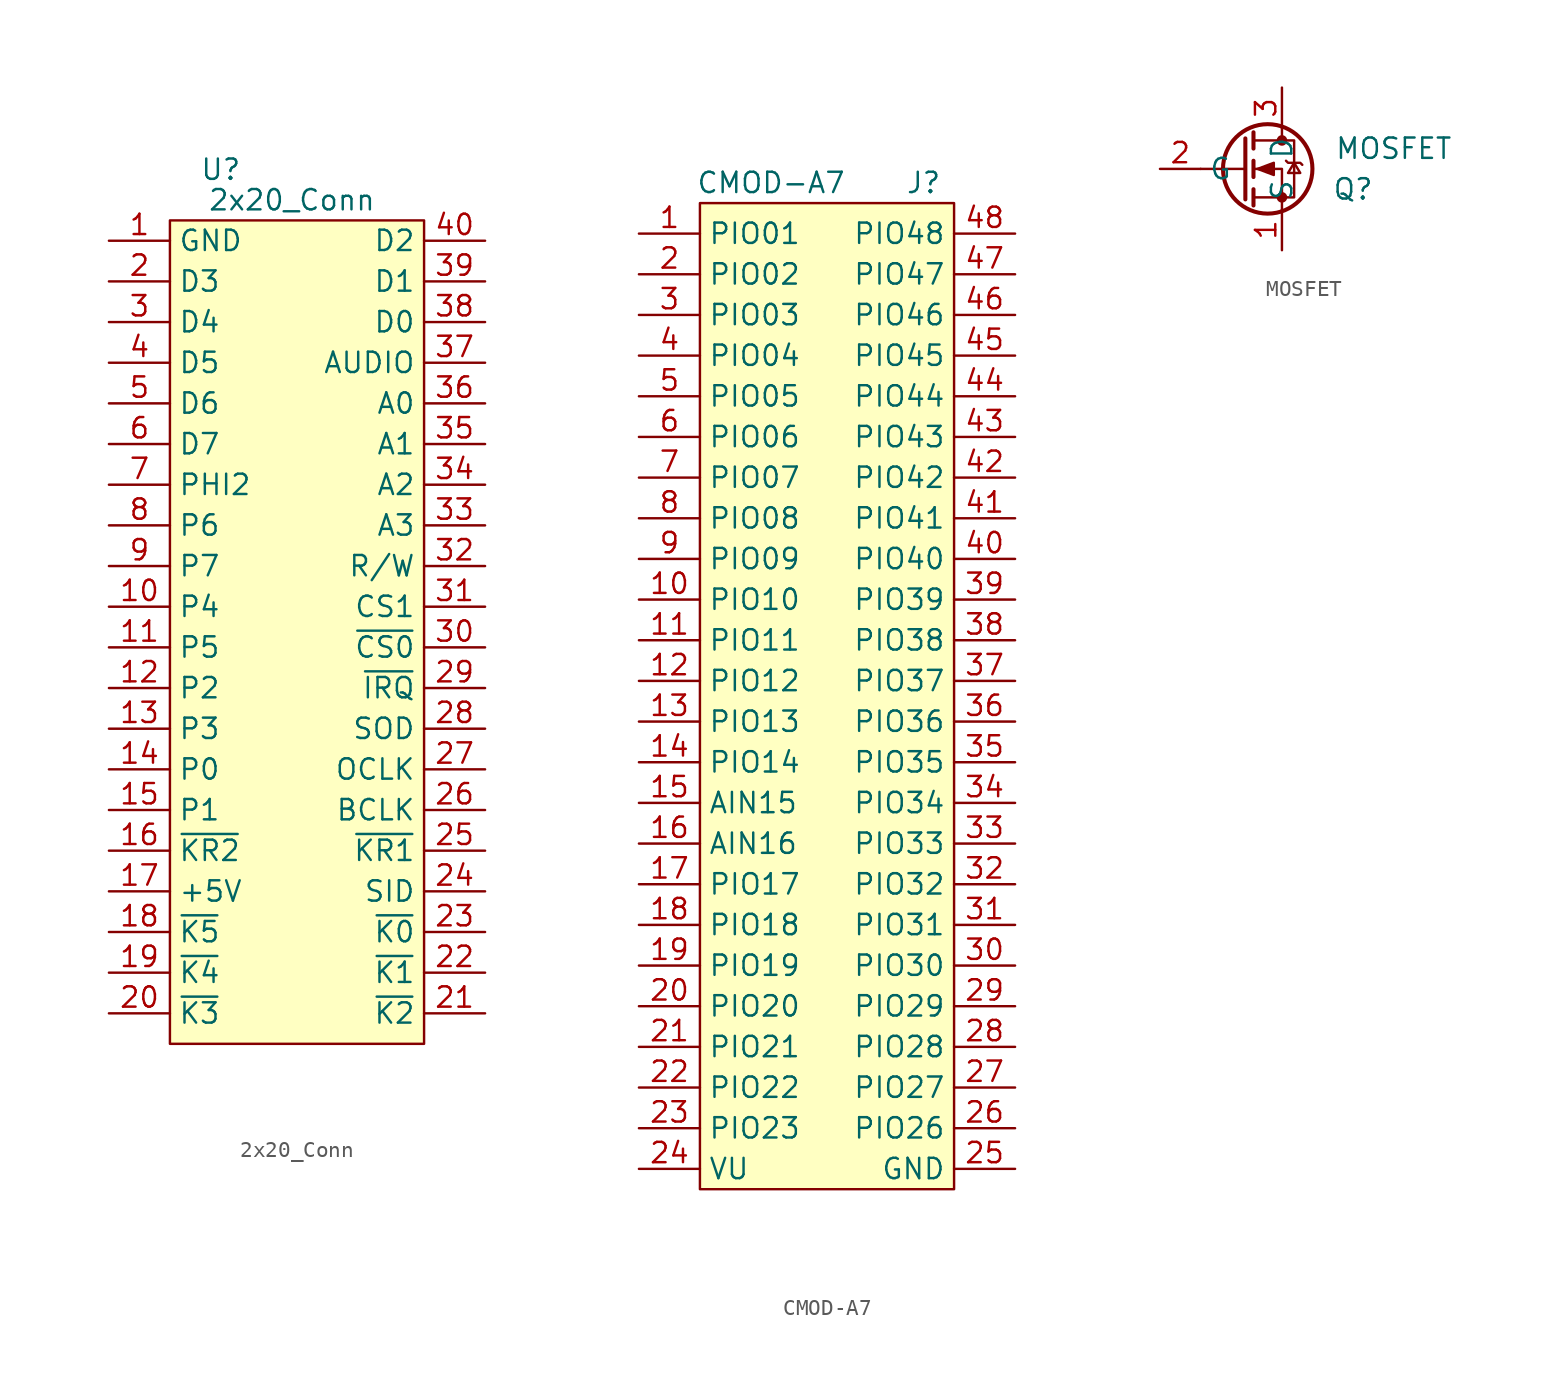
<source format=kicad_sym>
(kicad_symbol_lib
  (version 20211014)
  (generator kicad_symbol_editor)
  (symbol "2x20_Conn"
    (property "Reference" "U"
      (at -5.08 28.575 0)
      (effects (font (size 1.27 1.27))))
    (property "Value" "2x20_Conn"
      (at -0.635 26.67 0)
      (effects (font (size 1.27 1.27))))
    (symbol "2x20_Conn_0_1"
      (rectangle (start -8.255 25.4) (end 7.62 -26.035) (stroke (width 0.152) (type default) (color 0 0 0 0)) (fill (type background))))
    (symbol "2x20_Conn_1_1"
      (pin passive line (at -12.065 24.13 0) (length 3.81) (name "GND" (effects (font (size 1.27 1.27)))) (number "1" (effects (font (size 1.27 1.27)))))
      (pin passive line (at -12.065 1.27 0) (length 3.81) (name "P4" (effects (font (size 1.27 1.27)))) (number "10" (effects (font (size 1.27 1.27)))))
      (pin passive line (at -12.065 -1.27 0) (length 3.81) (name "P5" (effects (font (size 1.27 1.27)))) (number "11" (effects (font (size 1.27 1.27)))))
      (pin passive line (at -12.065 -3.81 0) (length 3.81) (name "P2" (effects (font (size 1.27 1.27)))) (number "12" (effects (font (size 1.27 1.27)))))
      (pin passive line (at -12.065 -6.35 0) (length 3.81) (name "P3" (effects (font (size 1.27 1.27)))) (number "13" (effects (font (size 1.27 1.27)))))
      (pin passive line (at -12.065 -8.89 0) (length 3.81) (name "P0" (effects (font (size 1.27 1.27)))) (number "14" (effects (font (size 1.27 1.27)))))
      (pin passive line (at -12.065 -11.43 0) (length 3.81) (name "P1" (effects (font (size 1.27 1.27)))) (number "15" (effects (font (size 1.27 1.27)))))
      (pin passive line (at -12.065 -13.97 0) (length 3.81) (name "~{KR2}" (effects (font (size 1.27 1.27)))) (number "16" (effects (font (size 1.27 1.27)))))
      (pin passive line (at -12.065 -16.51 0) (length 3.81) (name "+5V" (effects (font (size 1.27 1.27)))) (number "17" (effects (font (size 1.27 1.27)))))
      (pin passive line (at -12.065 -19.05 0) (length 3.81) (name "~{K5}" (effects (font (size 1.27 1.27)))) (number "18" (effects (font (size 1.27 1.27)))))
      (pin passive line (at -12.065 -21.59 0) (length 3.81) (name "~{K4}" (effects (font (size 1.27 1.27)))) (number "19" (effects (font (size 1.27 1.27)))))
      (pin passive line (at -12.065 21.59 0) (length 3.81) (name "D3" (effects (font (size 1.27 1.27)))) (number "2" (effects (font (size 1.27 1.27)))))
      (pin passive line (at -12.065 -24.13 0) (length 3.81) (name "~{K3}" (effects (font (size 1.27 1.27)))) (number "20" (effects (font (size 1.27 1.27)))))
      (pin passive line (at 11.43 -24.13 180) (length 3.81) (name "~{K2}" (effects (font (size 1.27 1.27)))) (number "21" (effects (font (size 1.27 1.27)))))
      (pin passive line (at 11.43 -21.59 180) (length 3.81) (name "~{K1}" (effects (font (size 1.27 1.27)))) (number "22" (effects (font (size 1.27 1.27)))))
      (pin passive line (at 11.43 -19.05 180) (length 3.81) (name "~{K0}" (effects (font (size 1.27 1.27)))) (number "23" (effects (font (size 1.27 1.27)))))
      (pin passive line (at 11.43 -16.51 180) (length 3.81) (name "SID" (effects (font (size 1.27 1.27)))) (number "24" (effects (font (size 1.27 1.27)))))
      (pin passive line (at 11.43 -13.97 180) (length 3.81) (name "~{KR1}" (effects (font (size 1.27 1.27)))) (number "25" (effects (font (size 1.27 1.27)))))
      (pin passive line (at 11.43 -11.43 180) (length 3.81) (name "BCLK" (effects (font (size 1.27 1.27)))) (number "26" (effects (font (size 1.27 1.27)))))
      (pin passive line (at 11.43 -8.89 180) (length 3.81) (name "OCLK" (effects (font (size 1.27 1.27)))) (number "27" (effects (font (size 1.27 1.27)))))
      (pin passive line (at 11.43 -6.35 180) (length 3.81) (name "SOD" (effects (font (size 1.27 1.27)))) (number "28" (effects (font (size 1.27 1.27)))))
      (pin passive line (at 11.43 -3.81 180) (length 3.81) (name "~{IRQ}" (effects (font (size 1.27 1.27)))) (number "29" (effects (font (size 1.27 1.27)))))
      (pin passive line (at -12.065 19.05 0) (length 3.81) (name "D4" (effects (font (size 1.27 1.27)))) (number "3" (effects (font (size 1.27 1.27)))))
      (pin passive line (at 11.43 -1.27 180) (length 3.81) (name "~{CS0}" (effects (font (size 1.27 1.27)))) (number "30" (effects (font (size 1.27 1.27)))))
      (pin passive line (at 11.43 1.27 180) (length 3.81) (name "CS1" (effects (font (size 1.27 1.27)))) (number "31" (effects (font (size 1.27 1.27)))))
      (pin passive line (at 11.43 3.81 180) (length 3.81) (name "R/W" (effects (font (size 1.27 1.27)))) (number "32" (effects (font (size 1.27 1.27)))))
      (pin passive line (at 11.43 6.35 180) (length 3.81) (name "A3" (effects (font (size 1.27 1.27)))) (number "33" (effects (font (size 1.27 1.27)))))
      (pin passive line (at 11.43 8.89 180) (length 3.81) (name "A2" (effects (font (size 1.27 1.27)))) (number "34" (effects (font (size 1.27 1.27)))))
      (pin passive line (at 11.43 11.43 180) (length 3.81) (name "A1" (effects (font (size 1.27 1.27)))) (number "35" (effects (font (size 1.27 1.27)))))
      (pin passive line (at 11.43 13.97 180) (length 3.81) (name "A0" (effects (font (size 1.27 1.27)))) (number "36" (effects (font (size 1.27 1.27)))))
      (pin passive line (at 11.43 16.51 180) (length 3.81) (name "AUDIO" (effects (font (size 1.27 1.27)))) (number "37" (effects (font (size 1.27 1.27)))))
      (pin passive line (at 11.43 19.05 180) (length 3.81) (name "D0" (effects (font (size 1.27 1.27)))) (number "38" (effects (font (size 1.27 1.27)))))
      (pin passive line (at 11.43 21.59 180) (length 3.81) (name "D1" (effects (font (size 1.27 1.27)))) (number "39" (effects (font (size 1.27 1.27)))))
      (pin passive line (at -12.065 16.51 0) (length 3.81) (name "D5" (effects (font (size 1.27 1.27)))) (number "4" (effects (font (size 1.27 1.27)))))
      (pin passive line (at 11.43 24.13 180) (length 3.81) (name "D2" (effects (font (size 1.27 1.27)))) (number "40" (effects (font (size 1.27 1.27)))))
      (pin passive line (at -12.065 13.97 0) (length 3.81) (name "D6" (effects (font (size 1.27 1.27)))) (number "5" (effects (font (size 1.27 1.27)))))
      (pin passive line (at -12.065 11.43 0) (length 3.81) (name "D7" (effects (font (size 1.27 1.27)))) (number "6" (effects (font (size 1.27 1.27)))))
      (pin passive line (at -12.065 8.89 0) (length 3.81) (name "PHI2" (effects (font (size 1.27 1.27)))) (number "7" (effects (font (size 1.27 1.27)))))
      (pin passive line (at -12.065 6.35 0) (length 3.81) (name "P6" (effects (font (size 1.27 1.27)))) (number "8" (effects (font (size 1.27 1.27)))))
      (pin passive line (at -12.065 3.81 0) (length 3.81) (name "P7" (effects (font (size 1.27 1.27)))) (number "9" (effects (font (size 1.27 1.27)))))))
  (symbol "CMOD-A7"
    (property "Reference" "J"
      (at 6.985 32.385 0)
      (effects (font (size 1.27 1.27))))
    (property "Value" "CMOD-A7"
      (at -2.54 32.385 0)
      (effects (font (size 1.27 1.27))))
    (symbol "CMOD-A7_0_1"
      (rectangle (start -6.985 31.115) (end 8.89 -30.48) (stroke (width 0.152) (type default) (color 0 0 0 0)) (fill (type background))))
    (symbol "CMOD-A7_1_1"
      (pin passive line (at -10.795 29.21 0) (length 3.81) (name "PIO01" (effects (font (size 1.27 1.27)))) (number "1" (effects (font (size 1.27 1.27)))))
      (pin passive line (at -10.795 6.35 0) (length 3.81) (name "PIO10" (effects (font (size 1.27 1.27)))) (number "10" (effects (font (size 1.27 1.27)))))
      (pin passive line (at -10.795 3.81 0) (length 3.81) (name "PIO11" (effects (font (size 1.27 1.27)))) (number "11" (effects (font (size 1.27 1.27)))))
      (pin passive line (at -10.795 1.27 0) (length 3.81) (name "PIO12" (effects (font (size 1.27 1.27)))) (number "12" (effects (font (size 1.27 1.27)))))
      (pin passive line (at -10.795 -1.27 0) (length 3.81) (name "PIO13" (effects (font (size 1.27 1.27)))) (number "13" (effects (font (size 1.27 1.27)))))
      (pin passive line (at -10.795 -3.81 0) (length 3.81) (name "PIO14" (effects (font (size 1.27 1.27)))) (number "14" (effects (font (size 1.27 1.27)))))
      (pin passive line (at -10.795 -6.35 0) (length 3.81) (name "AIN15" (effects (font (size 1.27 1.27)))) (number "15" (effects (font (size 1.27 1.27)))))
      (pin passive line (at -10.795 -8.89 0) (length 3.81) (name "AIN16" (effects (font (size 1.27 1.27)))) (number "16" (effects (font (size 1.27 1.27)))))
      (pin passive line (at -10.795 -11.43 0) (length 3.81) (name "PIO17" (effects (font (size 1.27 1.27)))) (number "17" (effects (font (size 1.27 1.27)))))
      (pin passive line (at -10.795 -13.97 0) (length 3.81) (name "PIO18" (effects (font (size 1.27 1.27)))) (number "18" (effects (font (size 1.27 1.27)))))
      (pin passive line (at -10.795 -16.51 0) (length 3.81) (name "PIO19" (effects (font (size 1.27 1.27)))) (number "19" (effects (font (size 1.27 1.27)))))
      (pin passive line (at -10.795 26.67 0) (length 3.81) (name "PIO02" (effects (font (size 1.27 1.27)))) (number "2" (effects (font (size 1.27 1.27)))))
      (pin passive line (at -10.795 -19.05 0) (length 3.81) (name "PIO20" (effects (font (size 1.27 1.27)))) (number "20" (effects (font (size 1.27 1.27)))))
      (pin passive line (at -10.795 -21.59 0) (length 3.81) (name "PIO21" (effects (font (size 1.27 1.27)))) (number "21" (effects (font (size 1.27 1.27)))))
      (pin passive line (at -10.795 -24.13 0) (length 3.81) (name "PIO22" (effects (font (size 1.27 1.27)))) (number "22" (effects (font (size 1.27 1.27)))))
      (pin passive line (at -10.795 -26.67 0) (length 3.81) (name "PIO23" (effects (font (size 1.27 1.27)))) (number "23" (effects (font (size 1.27 1.27)))))
      (pin passive line (at -10.795 -29.21 0) (length 3.81) (name "VU" (effects (font (size 1.27 1.27)))) (number "24" (effects (font (size 1.27 1.27)))))
      (pin passive line (at 12.7 -29.21 180) (length 3.81) (name "GND" (effects (font (size 1.27 1.27)))) (number "25" (effects (font (size 1.27 1.27)))))
      (pin passive line (at 12.7 -26.67 180) (length 3.81) (name "PIO26" (effects (font (size 1.27 1.27)))) (number "26" (effects (font (size 1.27 1.27)))))
      (pin passive line (at 12.7 -24.13 180) (length 3.81) (name "PIO27" (effects (font (size 1.27 1.27)))) (number "27" (effects (font (size 1.27 1.27)))))
      (pin passive line (at 12.7 -21.59 180) (length 3.81) (name "PIO28" (effects (font (size 1.27 1.27)))) (number "28" (effects (font (size 1.27 1.27)))))
      (pin passive line (at 12.7 -19.05 180) (length 3.81) (name "PIO29" (effects (font (size 1.27 1.27)))) (number "29" (effects (font (size 1.27 1.27)))))
      (pin passive line (at -10.795 24.13 0) (length 3.81) (name "PIO03" (effects (font (size 1.27 1.27)))) (number "3" (effects (font (size 1.27 1.27)))))
      (pin passive line (at 12.7 -16.51 180) (length 3.81) (name "PIO30" (effects (font (size 1.27 1.27)))) (number "30" (effects (font (size 1.27 1.27)))))
      (pin passive line (at 12.7 -13.97 180) (length 3.81) (name "PIO31" (effects (font (size 1.27 1.27)))) (number "31" (effects (font (size 1.27 1.27)))))
      (pin passive line (at 12.7 -11.43 180) (length 3.81) (name "PIO32" (effects (font (size 1.27 1.27)))) (number "32" (effects (font (size 1.27 1.27)))))
      (pin passive line (at 12.7 -8.89 180) (length 3.81) (name "PIO33" (effects (font (size 1.27 1.27)))) (number "33" (effects (font (size 1.27 1.27)))))
      (pin passive line (at 12.7 -6.35 180) (length 3.81) (name "PIO34" (effects (font (size 1.27 1.27)))) (number "34" (effects (font (size 1.27 1.27)))))
      (pin passive line (at 12.7 -3.81 180) (length 3.81) (name "PIO35" (effects (font (size 1.27 1.27)))) (number "35" (effects (font (size 1.27 1.27)))))
      (pin passive line (at 12.7 -1.27 180) (length 3.81) (name "PIO36" (effects (font (size 1.27 1.27)))) (number "36" (effects (font (size 1.27 1.27)))))
      (pin passive line (at 12.7 1.27 180) (length 3.81) (name "PIO37" (effects (font (size 1.27 1.27)))) (number "37" (effects (font (size 1.27 1.27)))))
      (pin passive line (at 12.7 3.81 180) (length 3.81) (name "PIO38" (effects (font (size 1.27 1.27)))) (number "38" (effects (font (size 1.27 1.27)))))
      (pin passive line (at 12.7 6.35 180) (length 3.81) (name "PIO39" (effects (font (size 1.27 1.27)))) (number "39" (effects (font (size 1.27 1.27)))))
      (pin passive line (at -10.795 21.59 0) (length 3.81) (name "PIO04" (effects (font (size 1.27 1.27)))) (number "4" (effects (font (size 1.27 1.27)))))
      (pin passive line (at 12.7 8.89 180) (length 3.81) (name "PIO40" (effects (font (size 1.27 1.27)))) (number "40" (effects (font (size 1.27 1.27)))))
      (pin passive line (at 12.7 11.43 180) (length 3.81) (name "PIO41" (effects (font (size 1.27 1.27)))) (number "41" (effects (font (size 1.27 1.27)))))
      (pin passive line (at 12.7 13.97 180) (length 3.81) (name "PIO42" (effects (font (size 1.27 1.27)))) (number "42" (effects (font (size 1.27 1.27)))))
      (pin passive line (at 12.7 16.51 180) (length 3.81) (name "PIO43" (effects (font (size 1.27 1.27)))) (number "43" (effects (font (size 1.27 1.27)))))
      (pin passive line (at 12.7 19.05 180) (length 3.81) (name "PIO44" (effects (font (size 1.27 1.27)))) (number "44" (effects (font (size 1.27 1.27)))))
      (pin passive line (at 12.7 21.59 180) (length 3.81) (name "PIO45" (effects (font (size 1.27 1.27)))) (number "45" (effects (font (size 1.27 1.27)))))
      (pin passive line (at 12.7 24.13 180) (length 3.81) (name "PIO46" (effects (font (size 1.27 1.27)))) (number "46" (effects (font (size 1.27 1.27)))))
      (pin passive line (at 12.7 26.67 180) (length 3.81) (name "PIO47" (effects (font (size 1.27 1.27)))) (number "47" (effects (font (size 1.27 1.27)))))
      (pin passive line (at 12.7 29.21 180) (length 3.81) (name "PIO48" (effects (font (size 1.27 1.27)))) (number "48" (effects (font (size 1.27 1.27)))))
      (pin passive line (at -10.795 19.05 0) (length 3.81) (name "PIO05" (effects (font (size 1.27 1.27)))) (number "5" (effects (font (size 1.27 1.27)))))
      (pin passive line (at -10.795 16.51 0) (length 3.81) (name "PIO06" (effects (font (size 1.27 1.27)))) (number "6" (effects (font (size 1.27 1.27)))))
      (pin passive line (at -10.795 13.97 0) (length 3.81) (name "PIO07" (effects (font (size 1.27 1.27)))) (number "7" (effects (font (size 1.27 1.27)))))
      (pin passive line (at -10.795 11.43 0) (length 3.81) (name "PIO08" (effects (font (size 1.27 1.27)))) (number "8" (effects (font (size 1.27 1.27)))))
      (pin passive line (at -10.795 8.89 0) (length 3.81) (name "PIO09" (effects (font (size 1.27 1.27)))) (number "9" (effects (font (size 1.27 1.27)))))))
  (symbol "MOSFET"
    (property "Reference" "Q"
      (at 5.08 -1.27 0)
      (effects (font (size 1.27 1.27))))
    (property "Value" "MOSFET"
      (at 7.62 1.27 0)
      (effects (font (size 1.27 1.27))))
    (symbol "MOSFET_0_1"
      (circle (center -0.254 0) (radius 2.794) (stroke (width 0.254) (type default) (color 0 0 0 0)) (fill (type none)))
      (polyline (pts (xy -1.651 0) (xy -4.445 0)) (stroke (width 0) (type default) (color 0 0 0 0)) (fill (type none)))
      (polyline (pts (xy -1.651 1.905) (xy -1.651 -1.905)) (stroke (width 0.254) (type default) (color 0 0 0 0)) (fill (type none)))
      (polyline (pts (xy -1.143 -1.27) (xy -1.143 -2.286)) (stroke (width 0.254) (type default) (color 0 0 0 0)) (fill (type none)))
      (polyline (pts (xy -1.143 0.508) (xy -1.143 -0.508)) (stroke (width 0.254) (type default) (color 0 0 0 0)) (fill (type none)))
      (polyline (pts (xy -1.143 2.286) (xy -1.143 1.27)) (stroke (width 0.254) (type default) (color 0 0 0 0)) (fill (type none)))
      (polyline (pts (xy 0.635 2.54) (xy 0.635 1.778)) (stroke (width 0) (type default) (color 0 0 0 0)) (fill (type none)))
      (polyline (pts (xy 0.635 -2.54) (xy 0.635 0) (xy -1.143 0)) (stroke (width 0) (type default) (color 0 0 0 0)) (fill (type none)))
      (polyline (pts (xy -1.143 -1.778) (xy 1.397 -1.778) (xy 1.397 1.778) (xy -1.143 1.778)) (stroke (width 0) (type default) (color 0 0 0 0)) (fill (type none)))
      (polyline (pts (xy -0.889 0) (xy 0.127 0.381) (xy 0.127 -0.381) (xy -0.889 0)) (stroke (width 0) (type default) (color 0 0 0 0)) (fill (type outline)))
      (polyline (pts (xy 0.889 0.508) (xy 1.016 0.381) (xy 1.778 0.381) (xy 1.905 0.254)) (stroke (width 0) (type default) (color 0 0 0 0)) (fill (type none)))
      (polyline (pts (xy 1.397 0.381) (xy 1.016 -0.254) (xy 1.778 -0.254) (xy 1.397 0.381)) (stroke (width 0) (type default) (color 0 0 0 0)) (fill (type none)))
      (circle (center 0.635 -1.778) (radius 0.254) (stroke (width 0) (type default) (color 0 0 0 0)) (fill (type outline)))
      (circle (center 0.635 1.778) (radius 0.254) (stroke (width 0) (type default) (color 0 0 0 0)) (fill (type outline))))
    (symbol "MOSFET_1_1"
      (pin passive line (at 0.635 -5.08 90) (length 2.54) (name "S" (effects (font (size 1.27 1.27)))) (number "1" (effects (font (size 1.27 1.27)))))
      (pin input line (at -6.985 0 0) (length 2.54) (name "G" (effects (font (size 1.27 1.27)))) (number "2" (effects (font (size 1.27 1.27)))))
      (pin passive line (at 0.635 5.08 270) (length 2.54) (name "D" (effects (font (size 1.27 1.27)))) (number "3" (effects (font (size 1.27 1.27))))))))
</source>
